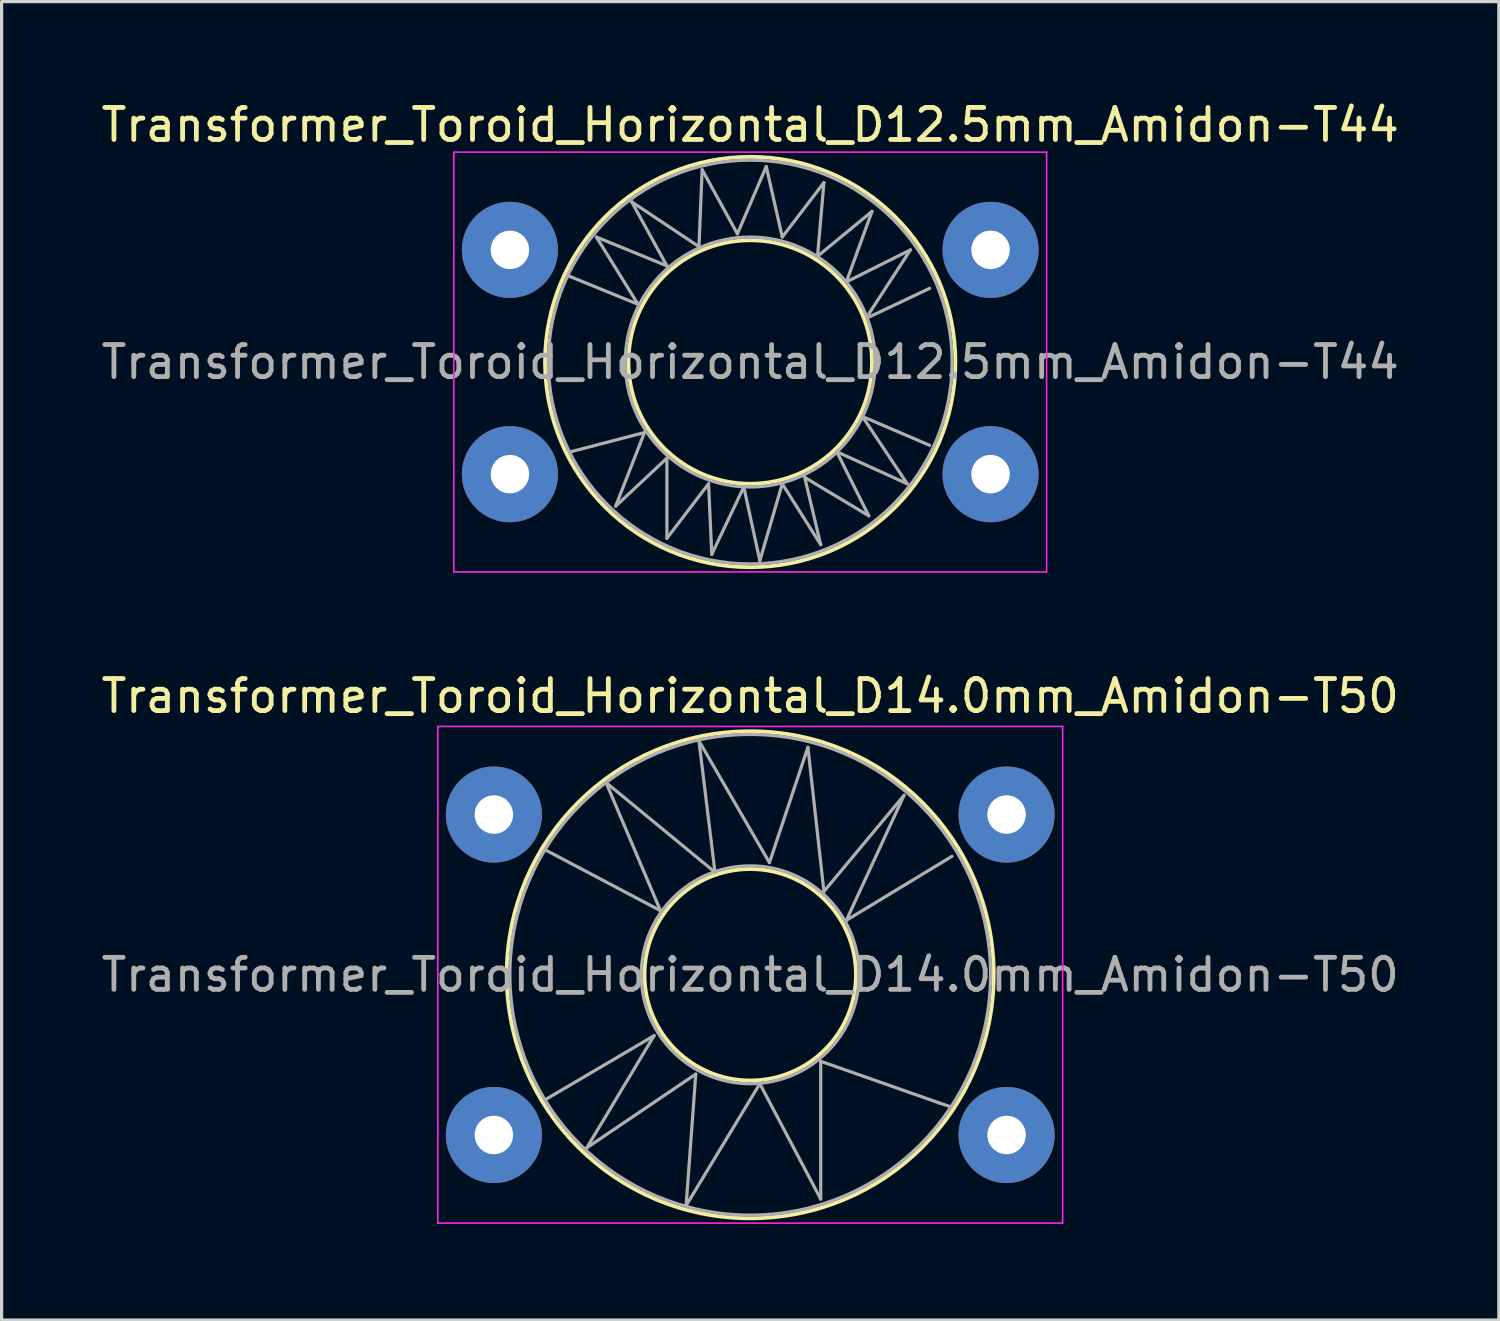
<source format=kicad_pcb>
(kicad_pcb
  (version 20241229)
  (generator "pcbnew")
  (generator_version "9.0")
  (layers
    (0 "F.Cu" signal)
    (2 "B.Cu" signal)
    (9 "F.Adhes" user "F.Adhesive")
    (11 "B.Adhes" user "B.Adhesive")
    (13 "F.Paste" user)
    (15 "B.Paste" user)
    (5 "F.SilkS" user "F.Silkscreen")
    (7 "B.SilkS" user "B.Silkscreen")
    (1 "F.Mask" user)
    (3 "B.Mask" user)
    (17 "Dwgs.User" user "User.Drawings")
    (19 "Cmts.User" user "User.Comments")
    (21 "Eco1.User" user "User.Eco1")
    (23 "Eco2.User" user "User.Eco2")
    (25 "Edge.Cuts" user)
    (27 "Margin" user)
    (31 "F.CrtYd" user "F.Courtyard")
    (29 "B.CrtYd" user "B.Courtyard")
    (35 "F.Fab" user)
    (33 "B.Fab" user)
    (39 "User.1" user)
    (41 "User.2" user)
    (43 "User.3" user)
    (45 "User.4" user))
  (footprint "Transformer_Toroid_Horizontal_D12.5mm_Amidon-T44"
    (layer "F.Cu")
    (at 12.863 11.748)
    (property "Reference" "Transformer_Toroid_Horizontal_D12.5mm_Amidon-T44" (at 7.5 -10.9 0) (layer "F.SilkS") (effects (font (size 1 1) (thickness 0.15))))
    (attr through_hole)
    (fp_circle (center 7.5 -3.5) (end 11.3 -3.5) (stroke (width 0.12) (type solid)) (fill no) (layer "F.SilkS"))
    (fp_circle (center 7.5 -3.5) (end 13.9 -3.7) (stroke (width 0.12) (type solid)) (fill no) (layer "F.SilkS"))
    (fp_line (start -1.75 -10.05) (end -1.75 3.05) (stroke (width 0.05) (type solid)) (layer "F.CrtYd"))
    (fp_line (start -1.75 -10.05) (end 16.75 -10.05) (stroke (width 0.05) (type solid)) (layer "F.CrtYd"))
    (fp_line (start 16.75 3.05) (end -1.75 3.05) (stroke (width 0.05) (type solid)) (layer "F.CrtYd"))
    (fp_line (start 16.75 3.05) (end 16.75 -10.05) (stroke (width 0.05) (type solid)) (layer "F.CrtYd"))
    (fp_line (start 1.8 -6.2) (end 4 -5.3) (stroke (width 0.1) (type solid)) (layer "F.Fab"))
    (fp_line (start 1.9 -0.7) (end 4.2 -1.3) (stroke (width 0.1) (type solid)) (layer "F.Fab"))
    (fp_line (start 2.7 -7.4) (end 4.9 -6.5) (stroke (width 0.1) (type solid)) (layer "F.Fab"))
    (fp_line (start 3.3 1) (end 4.9 -0.5) (stroke (width 0.1) (type solid)) (layer "F.Fab"))
    (fp_line (start 3.8 -8.5) (end 5.9 -7.1) (stroke (width 0.1) (type solid)) (layer "F.Fab"))
    (fp_line (start 4 -5.3) (end 2.7 -7.4) (stroke (width 0.1) (type solid)) (layer "F.Fab"))
    (fp_line (start 4.2 -1.3) (end 3.3 1) (stroke (width 0.1) (type solid)) (layer "F.Fab"))
    (fp_line (start 4.9 -6.5) (end 3.8 -8.5) (stroke (width 0.1) (type solid)) (layer "F.Fab"))
    (fp_line (start 4.9 -0.5) (end 4.9 2) (stroke (width 0.1) (type solid)) (layer "F.Fab"))
    (fp_line (start 4.9 2) (end 6.2 0.3) (stroke (width 0.1) (type solid)) (layer "F.Fab"))
    (fp_line (start 5.9 -7.1) (end 6 -9.5) (stroke (width 0.1) (type solid)) (layer "F.Fab"))
    (fp_line (start 6 -9.5) (end 7.1 -7.5) (stroke (width 0.1) (type solid)) (layer "F.Fab"))
    (fp_line (start 6.2 0.3) (end 6.3 2.5) (stroke (width 0.1) (type solid)) (layer "F.Fab"))
    (fp_line (start 6.3 2.5) (end 7.3 0.4) (stroke (width 0.1) (type solid)) (layer "F.Fab"))
    (fp_line (start 7.1 -7.5) (end 8 -9.6) (stroke (width 0.1) (type solid)) (layer "F.Fab"))
    (fp_line (start 7.3 0.4) (end 7.8 2.7) (stroke (width 0.1) (type solid)) (layer "F.Fab"))
    (fp_line (start 7.8 2.7) (end 8.5 0.3) (stroke (width 0.1) (type solid)) (layer "F.Fab"))
    (fp_line (start 8 -9.6) (end 8.5 -7.4) (stroke (width 0.1) (type solid)) (layer "F.Fab"))
    (fp_line (start 8.5 -7.4) (end 9.8 -9.1) (stroke (width 0.1) (type solid)) (layer "F.Fab"))
    (fp_line (start 8.5 0.3) (end 9.7 2.2) (stroke (width 0.1) (type solid)) (layer "F.Fab"))
    (fp_line (start 9.2 0.1) (end 11.2 1.3) (stroke (width 0.1) (type solid)) (layer "F.Fab"))
    (fp_line (start 9.6 -6.8) (end 11.3 -8.2) (stroke (width 0.1) (type solid)) (layer "F.Fab"))
    (fp_line (start 9.7 2.2) (end 9.2 0.1) (stroke (width 0.1) (type solid)) (layer "F.Fab"))
    (fp_line (start 9.8 -9.1) (end 9.6 -6.8) (stroke (width 0.1) (type solid)) (layer "F.Fab"))
    (fp_line (start 10.2 -0.7) (end 12.4 0.3) (stroke (width 0.1) (type solid)) (layer "F.Fab"))
    (fp_line (start 10.5 -6) (end 12.5 -7) (stroke (width 0.1) (type solid)) (layer "F.Fab"))
    (fp_line (start 11 -1.8) (end 13.1 -0.9) (stroke (width 0.1) (type solid)) (layer "F.Fab"))
    (fp_line (start 11.2 -4.9) (end 13.1 -5.8) (stroke (width 0.1) (type solid)) (layer "F.Fab"))
    (fp_line (start 11.2 1.3) (end 10.2 -0.7) (stroke (width 0.1) (type solid)) (layer "F.Fab"))
    (fp_line (start 11.3 -8.2) (end 10.5 -6) (stroke (width 0.1) (type solid)) (layer "F.Fab"))
    (fp_line (start 12.4 0.3) (end 11 -1.8) (stroke (width 0.1) (type solid)) (layer "F.Fab"))
    (fp_line (start 12.5 -7) (end 11.2 -5) (stroke (width 0.1) (type solid)) (layer "F.Fab"))
    (fp_circle (center 7.5 -3.5) (end 11.4 -3.5) (stroke (width 0.1) (type solid)) (fill no) (layer "F.Fab"))
    (fp_circle (center 7.5 -3.5) (end 13.8 -3.5) (stroke (width 0.1) (type solid)) (fill no) (layer "F.Fab"))
    (fp_text user "${REFERENCE}" (at 7.5 -3.5 0) (layer "F.Fab") (effects (font (size 1 1) (thickness 0.15))))
    (pad "1" thru_hole circle (at 0 0) (size 3 3) (drill 1.2) (layers "*.Cu" "*.Mask"))
    (pad "2" thru_hole circle (at 15 0) (size 3 3) (drill 1.2) (layers "*.Cu" "*.Mask"))
    (pad "3" thru_hole circle (at 0 -7) (size 3 3) (drill 1.2) (layers "*.Cu" "*.Mask"))
    (pad "4" thru_hole circle (at 15 -7) (size 3 3) (drill 1.2) (layers "*.Cu" "*.Mask")))
  (footprint "Transformer_Toroid_Horizontal_D14.0mm_Amidon-T50"
    (layer "F.Cu")
    (at 12.363 32.371)
    (property "Reference" "Transformer_Toroid_Horizontal_D14.0mm_Amidon-T50" (at 8 -13.7 0) (layer "F.SilkS") (effects (font (size 1 1) (thickness 0.15))))
    (attr through_hole)
    (fp_circle (center 8 -5) (end 8 -12.6) (stroke (width 0.12) (type solid)) (fill no) (layer "F.SilkS"))
    (fp_circle (center 8 -5) (end 8 -8.3) (stroke (width 0.12) (type solid)) (fill no) (layer "F.SilkS"))
    (fp_line (start -1.75 -12.75) (end -1.75 2.75) (stroke (width 0.05) (type solid)) (layer "F.CrtYd"))
    (fp_line (start -1.75 -12.75) (end 17.75 -12.75) (stroke (width 0.05) (type solid)) (layer "F.CrtYd"))
    (fp_line (start 17.75 2.75) (end -1.75 2.75) (stroke (width 0.05) (type solid)) (layer "F.CrtYd"))
    (fp_line (start 17.75 2.75) (end 17.75 -12.75) (stroke (width 0.05) (type solid)) (layer "F.CrtYd"))
    (fp_line (start 1.6 -8.9) (end 5.2 -7) (stroke (width 0.1) (type solid)) (layer "F.Fab"))
    (fp_line (start 1.6 -1.1) (end 5 -3.1) (stroke (width 0.1) (type solid)) (layer "F.Fab"))
    (fp_line (start 2.9 0.4) (end 6.3 -1.9) (stroke (width 0.1) (type solid)) (layer "F.Fab"))
    (fp_line (start 3.5 -11) (end 6.9 -8.2) (stroke (width 0.1) (type solid)) (layer "F.Fab"))
    (fp_line (start 5 -3.1) (end 2.9 0.4) (stroke (width 0.1) (type solid)) (layer "F.Fab"))
    (fp_line (start 5.2 -7) (end 3.5 -11) (stroke (width 0.1) (type solid)) (layer "F.Fab"))
    (fp_line (start 6 2.2) (end 8.3 -1.6) (stroke (width 0.1) (type solid)) (layer "F.Fab"))
    (fp_line (start 6.3 -1.9) (end 6 2.2) (stroke (width 0.1) (type solid)) (layer "F.Fab"))
    (fp_line (start 6.4 -12.3) (end 8.6 -8.5) (stroke (width 0.1) (type solid)) (layer "F.Fab"))
    (fp_line (start 6.9 -8.2) (end 6.4 -12.3) (stroke (width 0.1) (type solid)) (layer "F.Fab"))
    (fp_line (start 8.3 -1.6) (end 10.2 2) (stroke (width 0.1) (type solid)) (layer "F.Fab"))
    (fp_line (start 8.6 -8.5) (end 9.8 -12.1) (stroke (width 0.1) (type solid)) (layer "F.Fab"))
    (fp_line (start 9.8 -12.1) (end 10.3 -7.6) (stroke (width 0.1) (type solid)) (layer "F.Fab"))
    (fp_line (start 10.2 -2.3) (end 13.9 -1) (stroke (width 0.1) (type solid)) (layer "F.Fab"))
    (fp_line (start 10.2 2) (end 10.2 -2.3) (stroke (width 0.1) (type solid)) (layer "F.Fab"))
    (fp_line (start 10.3 -7.6) (end 12.8 -10.6) (stroke (width 0.1) (type solid)) (layer "F.Fab"))
    (fp_line (start 11 -6.7) (end 14.3 -8.7) (stroke (width 0.1) (type solid)) (layer "F.Fab"))
    (fp_line (start 12.8 -10.6) (end 11 -6.7) (stroke (width 0.1) (type solid)) (layer "F.Fab"))
    (fp_line (start 13.9 -1) (end 14.2 -0.9) (stroke (width 0.1) (type solid)) (layer "F.Fab"))
    (fp_circle (center 8 -5) (end 11.4 -5) (stroke (width 0.1) (type solid)) (fill no) (layer "F.Fab"))
    (fp_circle (center 8 -5) (end 15.5 -5) (stroke (width 0.1) (type solid)) (fill no) (layer "F.Fab"))
    (fp_text user "${REFERENCE}" (at 8 -5 0) (layer "F.Fab") (effects (font (size 1 1) (thickness 0.15))))
    (pad "1" thru_hole circle (at 0 0) (size 3 3) (drill 1.2) (layers "*.Cu" "*.Mask"))
    (pad "2" thru_hole circle (at 16 0) (size 3 3) (drill 1.2) (layers "*.Cu" "*.Mask"))
    (pad "3" thru_hole circle (at 0 -10) (size 3 3) (drill 1.2) (layers "*.Cu" "*.Mask"))
    (pad "4" thru_hole circle (at 16 -10) (size 3 3) (drill 1.2) (layers "*.Cu" "*.Mask")))
  (gr_rect
    (start -3 -3)
    (end 43.726 38.147)
    (stroke (width 0.1) (type default))
    (fill no)
    (layer "Edge.Cuts")))
</source>
